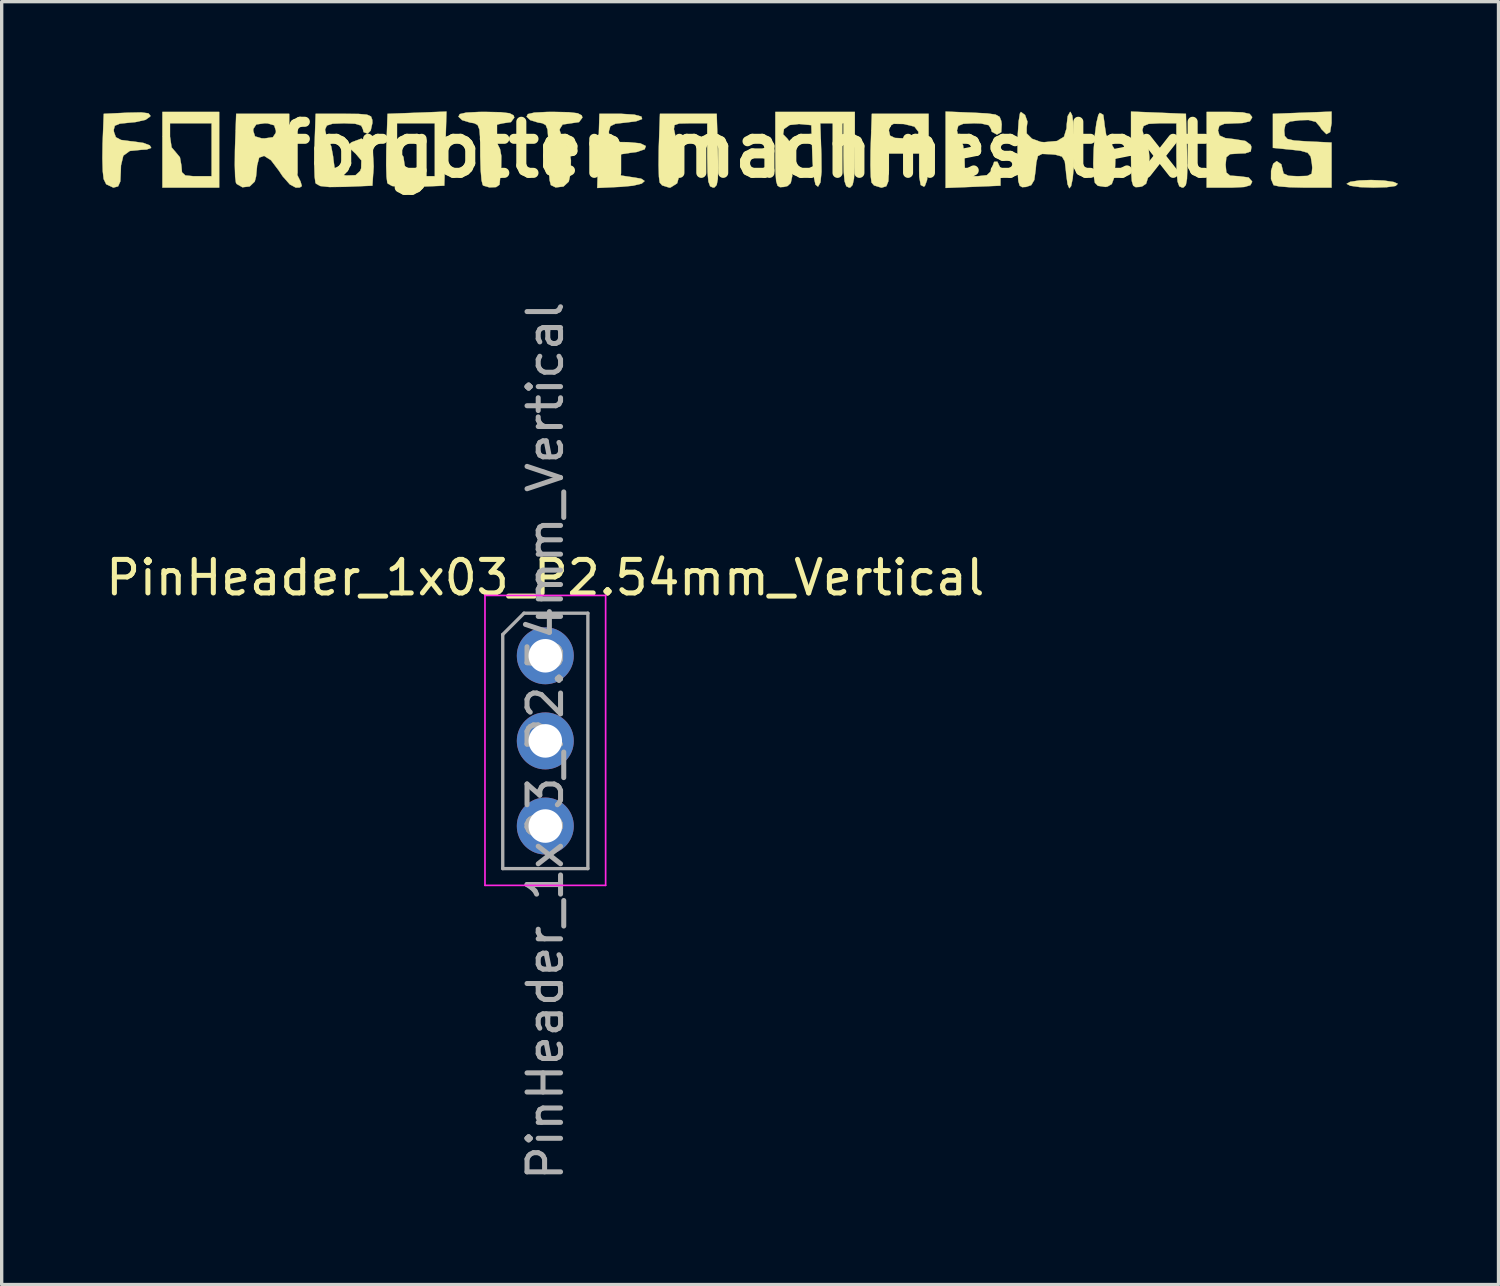
<source format=kicad_pcb>
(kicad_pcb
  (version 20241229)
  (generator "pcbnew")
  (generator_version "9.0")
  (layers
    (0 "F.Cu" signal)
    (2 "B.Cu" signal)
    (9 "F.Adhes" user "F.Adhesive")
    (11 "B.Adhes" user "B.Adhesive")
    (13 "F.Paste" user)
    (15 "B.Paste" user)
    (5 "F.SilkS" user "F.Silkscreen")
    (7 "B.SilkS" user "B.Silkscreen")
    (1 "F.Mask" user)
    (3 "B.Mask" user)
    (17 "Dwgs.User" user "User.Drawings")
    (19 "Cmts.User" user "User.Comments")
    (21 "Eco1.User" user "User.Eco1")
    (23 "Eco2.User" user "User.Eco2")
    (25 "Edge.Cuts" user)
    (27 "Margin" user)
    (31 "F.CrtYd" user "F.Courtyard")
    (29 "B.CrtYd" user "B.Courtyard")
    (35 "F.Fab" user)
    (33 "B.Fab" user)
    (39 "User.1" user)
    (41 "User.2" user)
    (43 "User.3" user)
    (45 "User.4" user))
  (footprint "PinHeader_1x03_P2.54mm_Vertical"
    (layer "F.Cu")
    (at 13.22 16.516)
    (property "Reference" "PinHeader_1x03_P2.54mm_Vertical" (at 0 -2.33 0) (layer "F.SilkS") (effects (font (size 1 1) (thickness 0.15))))
    (attr through_hole)
    (fp_line (start -1.8 -1.8) (end -1.8 6.85) (stroke (width 0.05) (type solid)) (layer "F.CrtYd"))
    (fp_line (start -1.8 6.85) (end 1.8 6.85) (stroke (width 0.05) (type solid)) (layer "F.CrtYd"))
    (fp_line (start 1.8 -1.8) (end -1.8 -1.8) (stroke (width 0.05) (type solid)) (layer "F.CrtYd"))
    (fp_line (start 1.8 6.85) (end 1.8 -1.8) (stroke (width 0.05) (type solid)) (layer "F.CrtYd"))
    (fp_line (start -1.27 -0.635) (end -0.635 -1.27) (stroke (width 0.1) (type solid)) (layer "F.Fab"))
    (fp_line (start -1.27 6.35) (end -1.27 -0.635) (stroke (width 0.1) (type solid)) (layer "F.Fab"))
    (fp_line (start -0.635 -1.27) (end 1.27 -1.27) (stroke (width 0.1) (type solid)) (layer "F.Fab"))
    (fp_line (start 1.27 -1.27) (end 1.27 6.35) (stroke (width 0.1) (type solid)) (layer "F.Fab"))
    (fp_line (start 1.27 6.35) (end -1.27 6.35) (stroke (width 0.1) (type solid)) (layer "F.Fab"))
    (fp_text user "${REFERENCE}" (at 0 2.54 90) (layer "F.Fab") (effects (font (size 1 1) (thickness 0.15))))
    (pad "1" thru_hole circle (at 0 0) (size 1.7 1.7) (drill 1) (layers "*.Cu" "*.Mask"))
    (pad "2" thru_hole oval (at 0 2.54) (size 1.7 1.7) (drill 1) (layers "*.Cu" "*.Mask"))
    (pad "3" thru_hole oval (at 0 5.08) (size 1.7 1.7) (drill 1) (layers "*.Cu" "*.Mask")))
  (footprint "forgotten machines text"
    (layer "F.Cu")
    (at 19.181 1.418)
    (property "Reference" "forgotten machines text" (at 0 0 0) (layer "F.SilkS") (effects (font (size 1.524 1.524) (thickness 0.3))))
    (attr through_hole)
    (fp_poly (pts (xy 19.062 0.919) (xy 19.351 0.962) (xy 19.473 1.016) (xy 19.41 1.079) (xy 19.141 1.117) (xy 18.746 1.129) (xy 18.338 1.114) (xy 18.056 1.074) (xy 17.949 1.017) (xy 17.949 1.016) (xy 18.053 0.957) (xy 18.327 0.916) (xy 18.676 0.903) (xy 19.062 0.919)) (stroke (width 0.01) (type solid)) (fill yes) (layer "F.SilkS"))
    (fp_poly (pts (xy -15.692 1.129) (xy -17.385 1.129) (xy -17.385 -0.79) (xy -17.159 -0.79) (xy -17.159 -0.392) (xy -17.111 -0.071) (xy -16.99 0.072) (xy -16.863 0.225) (xy -16.82 0.464) (xy -16.801 0.673) (xy -16.701 0.766) (xy -16.456 0.79) (xy -16.369 0.79) (xy -15.917 0.79) (xy -15.917 -0.79) (xy -17.159 -0.79) (xy -17.385 -0.79) (xy -17.385 -1.129) (xy -15.692 -1.129) (xy -15.692 1.129)) (stroke (width 0.01) (type solid)) (fill yes) (layer "F.SilkS"))
    (fp_poly (pts (xy 10.688 -1.042) (xy 10.724 -0.771) (xy 10.724 -0.757) (xy 10.772 -0.449) (xy 10.888 -0.231) (xy 10.899 -0.221) (xy 11.012 -0.033) (xy 11.047 0.305) (xy 11.04 0.498) (xy 11.007 0.844) (xy 10.94 1.024) (xy 10.812 1.098) (xy 10.752 1.109) (xy 10.527 1.076) (xy 10.437 0.986) (xy 10.398 0.76) (xy 10.388 0.407) (xy 10.401 -0.012) (xy 10.434 -0.434) (xy 10.482 -0.797) (xy 10.54 -1.038) (xy 10.583 -1.101) (xy 10.688 -1.042)) (stroke (width 0.01) (type solid)) (fill yes) (layer "F.SilkS"))
    (fp_poly (pts (xy -8.975 1.072) (xy -9.795 1.106) (xy -10.256 1.112) (xy -10.531 1.082) (xy -10.66 1.01) (xy -10.675 0.983) (xy -10.698 0.804) (xy -10.709 0.463) (xy -10.705 0.024) (xy -10.701 -0.122) (xy -10.678 -0.79) (xy -10.386 -0.79) (xy -10.386 -0.339) (xy -10.361 -0.056) (xy -10.298 0.101) (xy -10.273 0.113) (xy -10.194 0.211) (xy -10.16 0.447) (xy -10.16 0.452) (xy -10.142 0.669) (xy -10.046 0.765) (xy -9.805 0.79) (xy -9.708 0.79) (xy -9.257 0.79) (xy -9.257 -0.79) (xy -10.386 -0.79) (xy -10.678 -0.79) (xy -10.668 -1.072) (xy -9.789 -1.105) (xy -8.91 -1.139) (xy -8.975 1.072)) (stroke (width 0.01) (type solid)) (fill yes) (layer "F.SilkS"))
    (fp_poly (pts (xy -0.814 0.028) (xy -0.804 0.543) (xy -0.814 0.871) (xy -0.848 1.051) (xy -0.912 1.122) (xy -0.955 1.129) (xy -1.042 1.091) (xy -1.095 0.95) (xy -1.121 0.665) (xy -1.129 0.197) (xy -1.129 0.169) (xy -1.129 -0.79) (xy -1.65 -0.79) (xy -1.965 -0.783) (xy -2.106 -0.737) (xy -2.124 -0.617) (xy -2.094 -0.48) (xy -1.96 0.191) (xy -1.939 0.687) (xy -2.028 1.002) (xy -2.226 1.127) (xy -2.263 1.129) (xy -2.476 1.063) (xy -2.548 0.978) (xy -2.571 0.801) (xy -2.581 0.462) (xy -2.577 0.025) (xy -2.573 -0.122) (xy -2.54 -1.072) (xy -0.847 -1.072) (xy -0.814 0.028)) (stroke (width 0.01) (type solid)) (fill yes) (layer "F.SilkS"))
    (fp_poly (pts (xy -5.261 -1.12) (xy -4.996 -1.089) (xy -4.875 -1.026) (xy -4.854 -0.96) (xy -4.955 -0.825) (xy -5.193 -0.79) (xy -5.444 -0.753) (xy -5.53 -0.618) (xy -5.532 -0.578) (xy -5.45 -0.329) (xy -5.362 -0.226) (xy -5.254 -0.021) (xy -5.197 0.311) (xy -5.202 0.676) (xy -5.261 0.95) (xy -5.418 1.097) (xy -5.651 1.124) (xy -5.795 1.054) (xy -5.831 0.912) (xy -5.857 0.606) (xy -5.87 0.194) (xy -5.87 0.102) (xy -5.873 -0.339) (xy -5.894 -0.602) (xy -5.947 -0.737) (xy -6.05 -0.792) (xy -6.172 -0.811) (xy -6.412 -0.885) (xy -6.52 -0.988) (xy -6.481 -1.064) (xy -6.285 -1.109) (xy -5.902 -1.128) (xy -5.71 -1.129) (xy -5.261 -1.12)) (stroke (width 0.01) (type solid)) (fill yes) (layer "F.SilkS"))
    (fp_poly (pts (xy -7.293 -1.12) (xy -7.028 -1.089) (xy -6.907 -1.026) (xy -6.886 -0.96) (xy -6.987 -0.825) (xy -7.225 -0.79) (xy -7.488 -0.733) (xy -7.561 -0.56) (xy -7.445 -0.266) (xy -7.395 -0.187) (xy -7.312 -0.021) (xy -7.273 0.187) (xy -7.277 0.495) (xy -7.319 0.96) (xy -7.328 1.044) (xy -7.429 1.114) (xy -7.627 1.123) (xy -7.805 1.072) (xy -7.827 1.054) (xy -7.863 0.912) (xy -7.889 0.606) (xy -7.902 0.194) (xy -7.902 0.102) (xy -7.905 -0.339) (xy -7.926 -0.602) (xy -7.979 -0.737) (xy -8.082 -0.792) (xy -8.204 -0.811) (xy -8.444 -0.885) (xy -8.552 -0.988) (xy -8.513 -1.064) (xy -8.317 -1.109) (xy -7.934 -1.128) (xy -7.742 -1.129) (xy -7.293 -1.12)) (stroke (width 0.01) (type solid)) (fill yes) (layer "F.SilkS"))
    (fp_poly (pts (xy -3.305 -1.048) (xy -3.093 -0.99) (xy -3.073 -0.917) (xy -3.254 -0.849) (xy -3.554 -0.812) (xy -3.87 -0.777) (xy -4.019 -0.705) (xy -4.063 -0.559) (xy -4.064 -0.502) (xy -4.045 -0.339) (xy -3.951 -0.257) (xy -3.723 -0.229) (xy -3.49 -0.226) (xy -3.129 -0.192) (xy -2.962 -0.111) (xy -2.996 -0.014) (xy -3.238 0.068) (xy -3.424 0.091) (xy -3.699 0.134) (xy -3.815 0.238) (xy -3.838 0.452) (xy -3.814 0.668) (xy -3.697 0.769) (xy -3.422 0.811) (xy -3.415 0.812) (xy -3.103 0.862) (xy -2.998 0.933) (xy -3.084 1.009) (xy -3.346 1.073) (xy -3.701 1.106) (xy -4.411 1.14) (xy -4.379 0.034) (xy -4.346 -1.072) (xy -3.697 -1.072) (xy -3.305 -1.048)) (stroke (width 0.01) (type solid)) (fill yes) (layer "F.SilkS"))
    (fp_poly (pts (xy 12.333 -1.106) (xy 13.152 -1.072) (xy 13.184 0.028) (xy 13.194 0.543) (xy 13.184 0.871) (xy 13.15 1.051) (xy 13.086 1.122) (xy 13.043 1.129) (xy 12.956 1.091) (xy 12.904 0.95) (xy 12.877 0.665) (xy 12.869 0.197) (xy 12.869 0.169) (xy 12.869 -0.79) (xy 12.361 -0.79) (xy 12.04 -0.773) (xy 11.889 -0.709) (xy 11.853 -0.587) (xy 11.915 -0.347) (xy 11.973 -0.264) (xy 12.034 -0.092) (xy 12.062 0.223) (xy 12.057 0.464) (xy 12.025 0.821) (xy 11.965 1.012) (xy 11.849 1.092) (xy 11.769 1.109) (xy 11.654 1.116) (xy 11.58 1.072) (xy 11.539 0.936) (xy 11.52 0.671) (xy 11.515 0.235) (xy 11.515 0.003) (xy 11.515 -1.139) (xy 12.333 -1.106)) (stroke (width 0.01) (type solid)) (fill yes) (layer "F.SilkS"))
    (fp_poly (pts (xy -17.803 -1.087) (xy -17.744 -1.017) (xy -17.749 -0.993) (xy -17.887 -0.894) (xy -18.186 -0.826) (xy -18.332 -0.812) (xy -18.655 -0.779) (xy -18.805 -0.717) (xy -18.838 -0.594) (xy -18.831 -0.53) (xy -18.774 -0.374) (xy -18.62 -0.292) (xy -18.308 -0.251) (xy -18.26 -0.248) (xy -17.95 -0.203) (xy -17.761 -0.13) (xy -17.72 -0.056) (xy -17.855 -0.007) (xy -17.997 0) (xy -18.359 0.036) (xy -18.552 0.177) (xy -18.622 0.47) (xy -18.627 0.633) (xy -18.642 0.946) (xy -18.707 1.092) (xy -18.846 1.129) (xy -18.85 1.129) (xy -19.062 1.029) (xy -19.138 0.874) (xy -19.165 0.637) (xy -19.176 0.255) (xy -19.17 -0.194) (xy -19.168 -0.227) (xy -19.135 -1.072) (xy -18.418 -1.106) (xy -18.016 -1.114) (xy -17.803 -1.087)) (stroke (width 0.01) (type solid)) (fill yes) (layer "F.SilkS"))
    (fp_poly (pts (xy 6.802 -1.106) (xy 7.224 -1.084) (xy 7.471 -1.05) (xy 7.594 -0.982) (xy 7.642 -0.86) (xy 7.656 -0.762) (xy 7.642 -0.523) (xy 7.515 -0.452) (xy 7.36 -0.539) (xy 7.338 -0.621) (xy 7.271 -0.732) (xy 7.045 -0.783) (xy 6.83 -0.79) (xy 6.511 -0.775) (xy 6.361 -0.713) (xy 6.322 -0.579) (xy 6.322 -0.571) (xy 6.374 -0.355) (xy 6.435 -0.282) (xy 6.503 -0.136) (xy 6.543 0.15) (xy 6.548 0.289) (xy 6.557 0.598) (xy 6.615 0.744) (xy 6.771 0.787) (xy 6.935 0.79) (xy 7.214 0.758) (xy 7.338 0.639) (xy 7.358 0.56) (xy 7.431 0.361) (xy 7.527 0.355) (xy 7.602 0.517) (xy 7.62 0.706) (xy 7.62 1.072) (xy 6.802 1.106) (xy 5.983 1.139) (xy 5.983 -1.139) (xy 6.802 -1.106)) (stroke (width 0.01) (type solid)) (fill yes) (layer "F.SilkS"))
    (fp_poly (pts (xy 14.843 -1.116) (xy 15.054 -1.07) (xy 15.126 -0.98) (xy 15.127 -0.96) (xy 15.061 -0.848) (xy 14.835 -0.797) (xy 14.619 -0.79) (xy 14.301 -0.775) (xy 14.15 -0.713) (xy 14.111 -0.579) (xy 14.111 -0.571) (xy 14.155 -0.425) (xy 14.325 -0.349) (xy 14.59 -0.317) (xy 14.927 -0.262) (xy 15.084 -0.147) (xy 15.106 -0.085) (xy 15.087 0.05) (xy 14.925 0.106) (xy 14.74 0.113) (xy 14.471 0.131) (xy 14.359 0.222) (xy 14.337 0.445) (xy 14.337 0.452) (xy 14.359 0.679) (xy 14.471 0.772) (xy 14.732 0.79) (xy 15.024 0.827) (xy 15.126 0.944) (xy 15.127 0.96) (xy 15.075 1.058) (xy 14.891 1.111) (xy 14.531 1.129) (xy 14.45 1.129) (xy 13.772 1.129) (xy 13.772 -1.129) (xy 14.45 -1.129) (xy 14.843 -1.116)) (stroke (width 0.01) (type solid)) (fill yes) (layer "F.SilkS"))
    (fp_poly (pts (xy 5.475 -0.009) (xy 5.464 0.551) (xy 5.428 0.907) (xy 5.364 1.08) (xy 5.334 1.101) (xy 5.24 1.052) (xy 5.197 0.812) (xy 5.193 0.63) (xy 5.193 0.113) (xy 4.29 0.113) (xy 4.29 0.621) (xy 4.275 0.938) (xy 4.214 1.088) (xy 4.081 1.129) (xy 4.06 1.129) (xy 3.847 1.064) (xy 3.773 0.978) (xy 3.75 0.801) (xy 3.74 0.462) (xy 3.744 0.025) (xy 3.749 -0.122) (xy 3.764 -0.571) (xy 4.29 -0.571) (xy 4.325 -0.421) (xy 4.469 -0.353) (xy 4.75 -0.339) (xy 5.045 -0.356) (xy 5.166 -0.424) (xy 5.172 -0.536) (xy 5.052 -0.691) (xy 4.747 -0.766) (xy 4.712 -0.769) (xy 4.433 -0.774) (xy 4.313 -0.708) (xy 4.29 -0.571) (xy 3.764 -0.571) (xy 3.782 -1.072) (xy 5.475 -1.072) (xy 5.475 -0.009)) (stroke (width 0.01) (type solid)) (fill yes) (layer "F.SilkS"))
    (fp_poly (pts (xy 3.274 0) (xy 3.268 0.526) (xy 3.248 0.864) (xy 3.207 1.051) (xy 3.14 1.124) (xy 3.104 1.129) (xy 3.02 1.088) (xy 2.968 0.939) (xy 2.942 0.642) (xy 2.935 0.169) (xy 2.935 -0.79) (xy 2.242 -0.79) (xy 2.275 0.133) (xy 2.28 0.658) (xy 2.248 0.975) (xy 2.177 1.099) (xy 2.175 1.1) (xy 2.101 1.042) (xy 2.048 0.8) (xy 2.014 0.355) (xy 2.008 0.205) (xy 1.976 -0.734) (xy 1.608 -0.769) (xy 1.331 -0.739) (xy 1.16 -0.619) (xy 1.134 -0.461) (xy 1.262 -0.33) (xy 1.367 -0.185) (xy 1.415 0.122) (xy 1.42 0.418) (xy 1.405 0.79) (xy 1.362 0.992) (xy 1.267 1.082) (xy 1.157 1.109) (xy 1.042 1.116) (xy 0.968 1.071) (xy 0.927 0.935) (xy 0.908 0.668) (xy 0.903 0.231) (xy 0.903 0.008) (xy 0.903 -1.129) (xy 3.274 -1.129) (xy 3.274 0)) (stroke (width 0.01) (type solid)) (fill yes) (layer "F.SilkS"))
    (fp_poly (pts (xy -13.602 -0.395) (xy -13.555 0.163) (xy -13.43 0.612) (xy -13.404 0.666) (xy -13.264 0.949) (xy -13.225 1.084) (xy -13.287 1.126) (xy -13.406 1.129) (xy -13.582 1.035) (xy -13.8 0.789) (xy -13.91 0.623) (xy -14.145 0.313) (xy -14.351 0.182) (xy -14.499 0.235) (xy -14.562 0.477) (xy -14.563 0.511) (xy -14.592 0.801) (xy -14.631 0.95) (xy -14.781 1.094) (xy -14.998 1.119) (xy -15.171 1.019) (xy -15.192 0.978) (xy -15.215 0.801) (xy -15.225 0.462) (xy -15.221 0.025) (xy -15.217 -0.122) (xy -15.201 -0.564) (xy -14.676 -0.564) (xy -14.622 -0.399) (xy -14.424 -0.341) (xy -14.337 -0.339) (xy -14.089 -0.374) (xy -14.002 -0.506) (xy -13.998 -0.564) (xy -14.051 -0.73) (xy -14.249 -0.788) (xy -14.337 -0.79) (xy -14.585 -0.755) (xy -14.672 -0.623) (xy -14.676 -0.564) (xy -15.201 -0.564) (xy -15.184 -1.072) (xy -13.603 -1.072) (xy -13.602 -0.395)) (stroke (width 0.01) (type solid)) (fill yes) (layer "F.SilkS"))
    (fp_poly (pts (xy 17.498 -0.795) (xy 17.455 -0.527) (xy 17.345 -0.466) (xy 17.192 -0.62) (xy 17.156 -0.683) (xy 17.026 -0.834) (xy 16.808 -0.888) (xy 16.559 -0.881) (xy 16.259 -0.843) (xy 16.122 -0.761) (xy 16.087 -0.593) (xy 16.087 -0.564) (xy 16.102 -0.41) (xy 16.182 -0.321) (xy 16.38 -0.276) (xy 16.746 -0.251) (xy 16.792 -0.249) (xy 17.498 -0.215) (xy 17.498 1.129) (xy 16.67 1.129) (xy 16.257 1.119) (xy 15.937 1.094) (xy 15.773 1.058) (xy 15.767 1.054) (xy 15.692 0.872) (xy 15.694 0.626) (xy 15.759 0.416) (xy 15.861 0.339) (xy 15.999 0.433) (xy 16.03 0.564) (xy 16.067 0.711) (xy 16.218 0.777) (xy 16.489 0.79) (xy 16.78 0.78) (xy 16.905 0.714) (xy 16.922 0.541) (xy 16.912 0.423) (xy 16.876 0.204) (xy 16.783 0.088) (xy 16.569 0.029) (xy 16.312 0) (xy 15.748 -0.056) (xy 15.748 -1.072) (xy 16.623 -1.105) (xy 17.498 -1.138) (xy 17.498 -0.795)) (stroke (width 0.01) (type solid)) (fill yes) (layer "F.SilkS"))
    (fp_poly (pts (xy 9.761 -1.022) (xy 9.799 -0.721) (xy 9.819 -0.261) (xy 9.821 0) (xy 9.808 0.491) (xy 9.774 0.86) (xy 9.726 1.086) (xy 9.673 1.149) (xy 9.621 1.029) (xy 9.578 0.707) (xy 9.574 0.649) (xy 9.539 0.347) (xy 9.455 0.203) (xy 9.261 0.148) (xy 9.123 0.135) (xy 8.862 0.124) (xy 8.737 0.187) (xy 8.688 0.382) (xy 8.671 0.586) (xy 8.628 0.902) (xy 8.537 1.056) (xy 8.382 1.109) (xy 8.267 1.116) (xy 8.193 1.071) (xy 8.152 0.936) (xy 8.133 0.669) (xy 8.128 0.232) (xy 8.128 0.008) (xy 8.137 -0.468) (xy 8.162 -0.846) (xy 8.199 -1.078) (xy 8.229 -1.129) (xy 8.353 -1.036) (xy 8.424 -0.839) (xy 8.401 -0.662) (xy 8.401 -0.488) (xy 8.561 -0.328) (xy 8.82 -0.234) (xy 8.923 -0.226) (xy 9.307 -0.261) (xy 9.515 -0.388) (xy 9.592 -0.64) (xy 9.596 -0.746) (xy 9.625 -1.002) (xy 9.696 -1.127) (xy 9.708 -1.129) (xy 9.761 -1.022)) (stroke (width 0.01) (type solid)) (fill yes) (layer "F.SilkS"))
    (fp_poly (pts (xy -11.535 -1.069) (xy -11.283 -1.047) (xy -11.161 -0.993) (xy -11.123 -0.89) (xy -11.12 -0.8) (xy -11.171 -0.572) (xy -11.261 -0.48) (xy -11.382 -0.527) (xy -11.402 -0.611) (xy -11.454 -0.722) (xy -11.641 -0.777) (xy -11.966 -0.79) (xy -12.308 -0.777) (xy -12.479 -0.723) (xy -12.53 -0.61) (xy -12.531 -0.587) (xy -12.477 -0.354) (xy -12.425 -0.277) (xy -12.349 -0.102) (xy -12.293 0.196) (xy -12.284 0.282) (xy -12.244 0.575) (xy -12.148 0.712) (xy -11.94 0.763) (xy -11.891 0.768) (xy -11.622 0.759) (xy -11.487 0.635) (xy -11.455 0.553) (xy -11.449 0.318) (xy -11.627 0.108) (xy -11.643 0.096) (xy -11.814 -0.062) (xy -11.812 -0.165) (xy -11.74 -0.223) (xy -11.45 -0.332) (xy -11.235 -0.238) (xy -11.109 0.043) (xy -11.083 0.5) (xy -11.085 0.527) (xy -11.12 1.072) (xy -11.94 1.106) (xy -12.4 1.112) (xy -12.676 1.082) (xy -12.805 1.01) (xy -12.819 0.983) (xy -12.843 0.804) (xy -12.854 0.463) (xy -12.85 0.024) (xy -12.846 -0.122) (xy -12.813 -1.072) (xy -11.966 -1.072) (xy -11.535 -1.069)) (stroke (width 0.01) (type solid)) (fill yes) (layer "F.SilkS")))
  (gr_rect
    (start -3 -3)
    (end 41.66 35.277)
    (stroke (width 0.1) (type default))
    (fill no)
    (layer "Edge.Cuts")))
</source>
